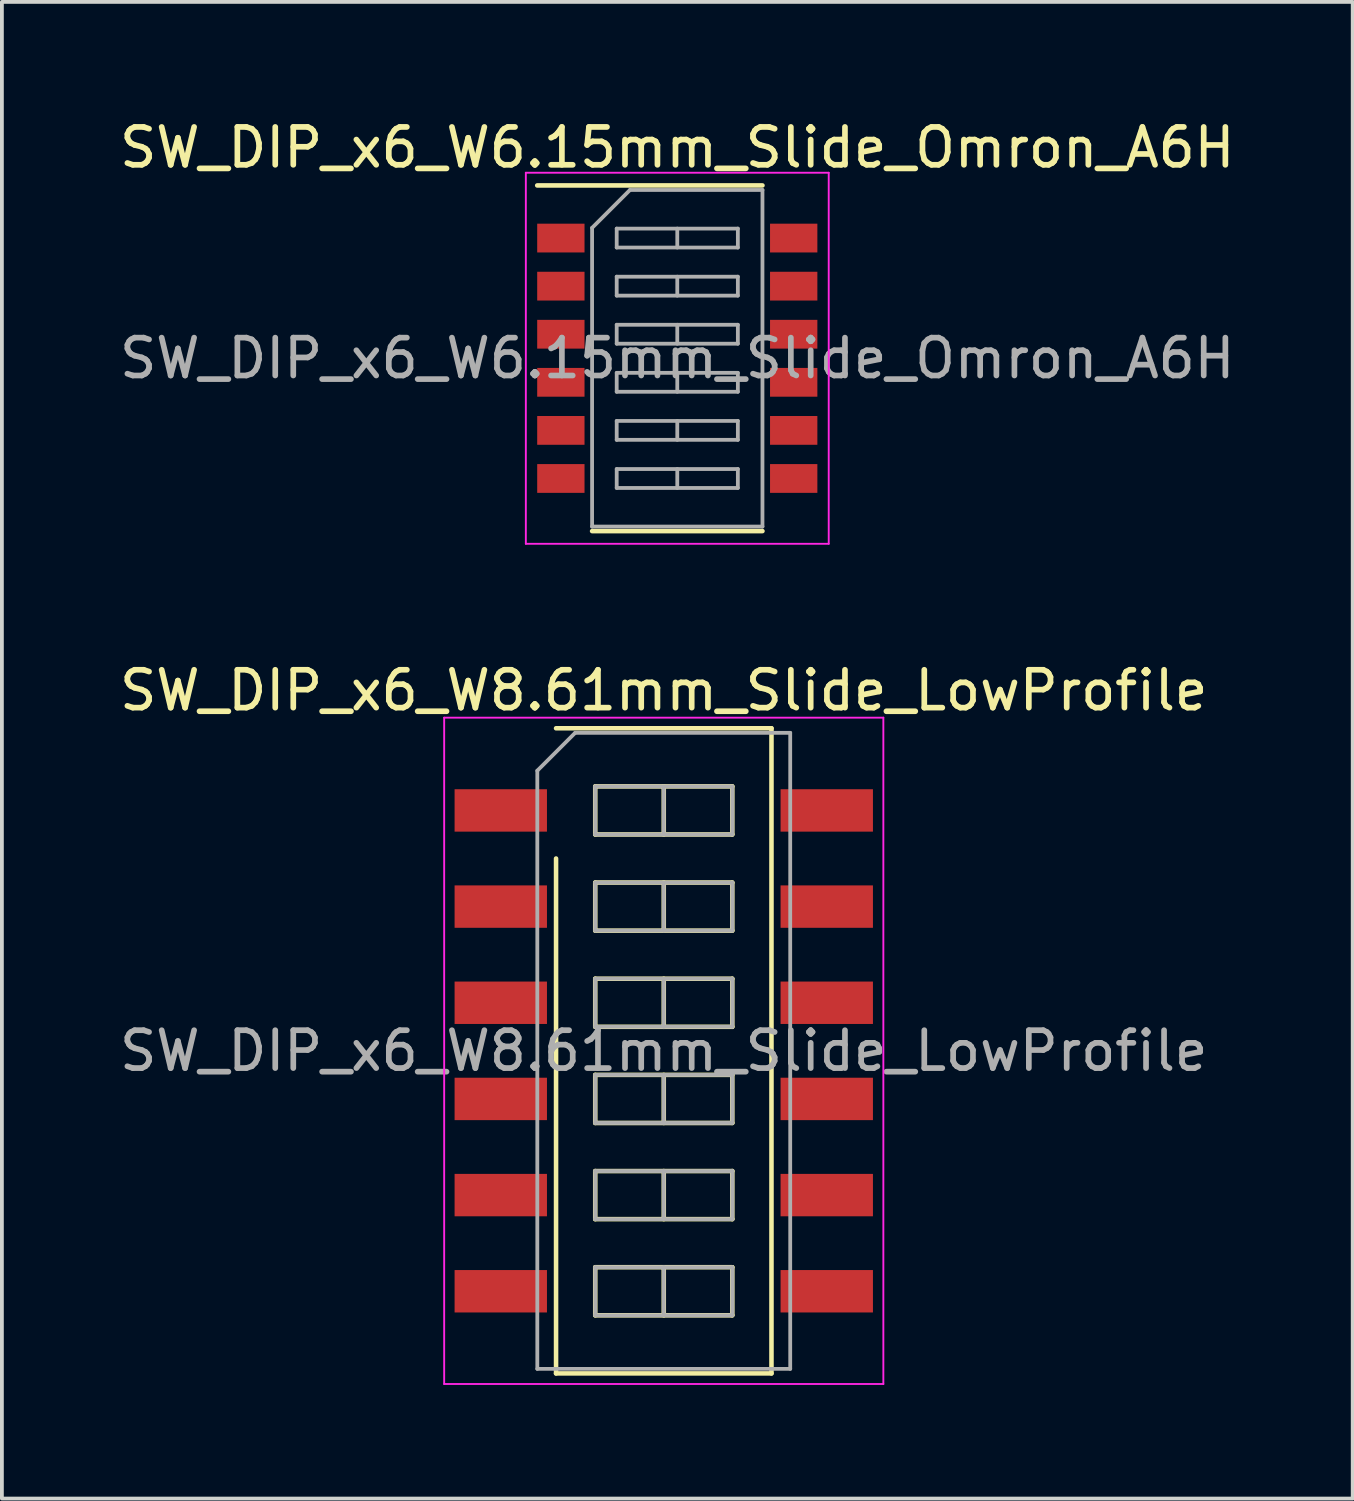
<source format=kicad_pcb>
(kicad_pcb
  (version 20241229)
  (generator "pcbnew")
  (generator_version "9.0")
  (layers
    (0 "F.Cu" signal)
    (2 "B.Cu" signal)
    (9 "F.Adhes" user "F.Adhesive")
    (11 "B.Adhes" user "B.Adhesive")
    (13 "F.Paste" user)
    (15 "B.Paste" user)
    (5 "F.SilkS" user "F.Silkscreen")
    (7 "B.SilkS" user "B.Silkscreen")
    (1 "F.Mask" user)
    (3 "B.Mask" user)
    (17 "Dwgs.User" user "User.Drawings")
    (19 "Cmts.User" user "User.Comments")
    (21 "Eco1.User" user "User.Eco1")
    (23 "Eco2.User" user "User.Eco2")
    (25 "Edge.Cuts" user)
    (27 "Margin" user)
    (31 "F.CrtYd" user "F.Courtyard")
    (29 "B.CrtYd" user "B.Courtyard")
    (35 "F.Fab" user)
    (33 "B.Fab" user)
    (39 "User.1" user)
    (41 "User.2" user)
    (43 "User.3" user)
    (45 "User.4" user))
  (footprint "SW_DIP_x6_W8.61mm_Slide_LowProfile"
    (layer "F.Cu")
    (at 14.482 24.706)
    (property "Reference" "SW_DIP_x6_W8.61mm_Slide_LowProfile" (at 0 -9.52 0) (layer "F.SilkS") (effects (font (size 1 1) (thickness 0.15))))
    (attr smd)
    (fp_line (start -2.845 -8.52) (end 2.845 -8.52) (stroke (width 0.12) (type solid)) (layer "F.SilkS"))
    (fp_line (start -2.845 8.52) (end -2.845 -5.08) (stroke (width 0.12) (type solid)) (layer "F.SilkS"))
    (fp_line (start -1.81 -6.985) (end -1.81 -5.715) (stroke (width 0.12) (type solid)) (layer "F.SilkS"))
    (fp_line (start -1.81 -5.715) (end 1.81 -5.715) (stroke (width 0.12) (type solid)) (layer "F.SilkS"))
    (fp_line (start -1.81 -4.445) (end -1.81 -3.175) (stroke (width 0.12) (type solid)) (layer "F.SilkS"))
    (fp_line (start -1.81 -3.175) (end 1.81 -3.175) (stroke (width 0.12) (type solid)) (layer "F.SilkS"))
    (fp_line (start -1.81 -1.905) (end -1.81 -0.635) (stroke (width 0.12) (type solid)) (layer "F.SilkS"))
    (fp_line (start -1.81 -0.635) (end 1.81 -0.635) (stroke (width 0.12) (type solid)) (layer "F.SilkS"))
    (fp_line (start -1.81 0.635) (end -1.81 1.905) (stroke (width 0.12) (type solid)) (layer "F.SilkS"))
    (fp_line (start -1.81 1.905) (end 1.81 1.905) (stroke (width 0.12) (type solid)) (layer "F.SilkS"))
    (fp_line (start -1.81 3.175) (end -1.81 4.445) (stroke (width 0.12) (type solid)) (layer "F.SilkS"))
    (fp_line (start -1.81 4.445) (end 1.81 4.445) (stroke (width 0.12) (type solid)) (layer "F.SilkS"))
    (fp_line (start -1.81 5.715) (end -1.81 6.985) (stroke (width 0.12) (type solid)) (layer "F.SilkS"))
    (fp_line (start -1.81 6.985) (end 1.81 6.985) (stroke (width 0.12) (type solid)) (layer "F.SilkS"))
    (fp_line (start 0 -6.985) (end 0 -5.715) (stroke (width 0.12) (type solid)) (layer "F.SilkS"))
    (fp_line (start 0 -4.445) (end 0 -3.175) (stroke (width 0.12) (type solid)) (layer "F.SilkS"))
    (fp_line (start 0 -1.905) (end 0 -0.635) (stroke (width 0.12) (type solid)) (layer "F.SilkS"))
    (fp_line (start 0 0.635) (end 0 1.905) (stroke (width 0.12) (type solid)) (layer "F.SilkS"))
    (fp_line (start 0 3.175) (end 0 4.445) (stroke (width 0.12) (type solid)) (layer "F.SilkS"))
    (fp_line (start 0 5.715) (end 0 6.985) (stroke (width 0.12) (type solid)) (layer "F.SilkS"))
    (fp_line (start 1.81 -6.985) (end -1.81 -6.985) (stroke (width 0.12) (type solid)) (layer "F.SilkS"))
    (fp_line (start 1.81 -5.715) (end 1.81 -6.985) (stroke (width 0.12) (type solid)) (layer "F.SilkS"))
    (fp_line (start 1.81 -4.445) (end -1.81 -4.445) (stroke (width 0.12) (type solid)) (layer "F.SilkS"))
    (fp_line (start 1.81 -3.175) (end 1.81 -4.445) (stroke (width 0.12) (type solid)) (layer "F.SilkS"))
    (fp_line (start 1.81 -1.905) (end -1.81 -1.905) (stroke (width 0.12) (type solid)) (layer "F.SilkS"))
    (fp_line (start 1.81 -0.635) (end 1.81 -1.905) (stroke (width 0.12) (type solid)) (layer "F.SilkS"))
    (fp_line (start 1.81 0.635) (end -1.81 0.635) (stroke (width 0.12) (type solid)) (layer "F.SilkS"))
    (fp_line (start 1.81 1.905) (end 1.81 0.635) (stroke (width 0.12) (type solid)) (layer "F.SilkS"))
    (fp_line (start 1.81 3.175) (end -1.81 3.175) (stroke (width 0.12) (type solid)) (layer "F.SilkS"))
    (fp_line (start 1.81 4.445) (end 1.81 3.175) (stroke (width 0.12) (type solid)) (layer "F.SilkS"))
    (fp_line (start 1.81 5.715) (end -1.81 5.715) (stroke (width 0.12) (type solid)) (layer "F.SilkS"))
    (fp_line (start 1.81 6.985) (end 1.81 5.715) (stroke (width 0.12) (type solid)) (layer "F.SilkS"))
    (fp_line (start 2.845 -8.52) (end 2.845 8.52) (stroke (width 0.12) (type solid)) (layer "F.SilkS"))
    (fp_line (start 2.845 8.52) (end -2.845 8.52) (stroke (width 0.12) (type solid)) (layer "F.SilkS"))
    (fp_line (start -5.8 -8.8) (end -5.8 8.8) (stroke (width 0.05) (type solid)) (layer "F.CrtYd"))
    (fp_line (start -5.8 8.8) (end 5.8 8.8) (stroke (width 0.05) (type solid)) (layer "F.CrtYd"))
    (fp_line (start 5.8 -8.8) (end -5.8 -8.8) (stroke (width 0.05) (type solid)) (layer "F.CrtYd"))
    (fp_line (start 5.8 8.8) (end 5.8 -8.8) (stroke (width 0.05) (type solid)) (layer "F.CrtYd"))
    (fp_line (start -3.34 -7.4) (end -2.34 -8.4) (stroke (width 0.1) (type solid)) (layer "F.Fab"))
    (fp_line (start -3.34 8.4) (end -3.34 -7.4) (stroke (width 0.1) (type solid)) (layer "F.Fab"))
    (fp_line (start -2.34 -8.4) (end 3.34 -8.4) (stroke (width 0.1) (type solid)) (layer "F.Fab"))
    (fp_line (start -1.81 -6.985) (end -1.81 -5.715) (stroke (width 0.1) (type solid)) (layer "F.Fab"))
    (fp_line (start -1.81 -5.715) (end 1.81 -5.715) (stroke (width 0.1) (type solid)) (layer "F.Fab"))
    (fp_line (start -1.81 -4.445) (end -1.81 -3.175) (stroke (width 0.1) (type solid)) (layer "F.Fab"))
    (fp_line (start -1.81 -3.175) (end 1.81 -3.175) (stroke (width 0.1) (type solid)) (layer "F.Fab"))
    (fp_line (start -1.81 -1.905) (end -1.81 -0.635) (stroke (width 0.1) (type solid)) (layer "F.Fab"))
    (fp_line (start -1.81 -0.635) (end 1.81 -0.635) (stroke (width 0.1) (type solid)) (layer "F.Fab"))
    (fp_line (start -1.81 0.635) (end -1.81 1.905) (stroke (width 0.1) (type solid)) (layer "F.Fab"))
    (fp_line (start -1.81 1.905) (end 1.81 1.905) (stroke (width 0.1) (type solid)) (layer "F.Fab"))
    (fp_line (start -1.81 3.175) (end -1.81 4.445) (stroke (width 0.1) (type solid)) (layer "F.Fab"))
    (fp_line (start -1.81 4.445) (end 1.81 4.445) (stroke (width 0.1) (type solid)) (layer "F.Fab"))
    (fp_line (start -1.81 5.715) (end -1.81 6.985) (stroke (width 0.1) (type solid)) (layer "F.Fab"))
    (fp_line (start -1.81 6.985) (end 1.81 6.985) (stroke (width 0.1) (type solid)) (layer "F.Fab"))
    (fp_line (start 0 -6.985) (end 0 -5.715) (stroke (width 0.1) (type solid)) (layer "F.Fab"))
    (fp_line (start 0 -4.445) (end 0 -3.175) (stroke (width 0.1) (type solid)) (layer "F.Fab"))
    (fp_line (start 0 -1.905) (end 0 -0.635) (stroke (width 0.1) (type solid)) (layer "F.Fab"))
    (fp_line (start 0 0.635) (end 0 1.905) (stroke (width 0.1) (type solid)) (layer "F.Fab"))
    (fp_line (start 0 3.175) (end 0 4.445) (stroke (width 0.1) (type solid)) (layer "F.Fab"))
    (fp_line (start 0 5.715) (end 0 6.985) (stroke (width 0.1) (type solid)) (layer "F.Fab"))
    (fp_line (start 1.81 -6.985) (end -1.81 -6.985) (stroke (width 0.1) (type solid)) (layer "F.Fab"))
    (fp_line (start 1.81 -5.715) (end 1.81 -6.985) (stroke (width 0.1) (type solid)) (layer "F.Fab"))
    (fp_line (start 1.81 -4.445) (end -1.81 -4.445) (stroke (width 0.1) (type solid)) (layer "F.Fab"))
    (fp_line (start 1.81 -3.175) (end 1.81 -4.445) (stroke (width 0.1) (type solid)) (layer "F.Fab"))
    (fp_line (start 1.81 -1.905) (end -1.81 -1.905) (stroke (width 0.1) (type solid)) (layer "F.Fab"))
    (fp_line (start 1.81 -0.635) (end 1.81 -1.905) (stroke (width 0.1) (type solid)) (layer "F.Fab"))
    (fp_line (start 1.81 0.635) (end -1.81 0.635) (stroke (width 0.1) (type solid)) (layer "F.Fab"))
    (fp_line (start 1.81 1.905) (end 1.81 0.635) (stroke (width 0.1) (type solid)) (layer "F.Fab"))
    (fp_line (start 1.81 3.175) (end -1.81 3.175) (stroke (width 0.1) (type solid)) (layer "F.Fab"))
    (fp_line (start 1.81 4.445) (end 1.81 3.175) (stroke (width 0.1) (type solid)) (layer "F.Fab"))
    (fp_line (start 1.81 5.715) (end -1.81 5.715) (stroke (width 0.1) (type solid)) (layer "F.Fab"))
    (fp_line (start 1.81 6.985) (end 1.81 5.715) (stroke (width 0.1) (type solid)) (layer "F.Fab"))
    (fp_line (start 3.34 -8.4) (end 3.34 8.4) (stroke (width 0.1) (type solid)) (layer "F.Fab"))
    (fp_line (start 3.34 8.4) (end -3.34 8.4) (stroke (width 0.1) (type solid)) (layer "F.Fab"))
    (fp_text user "${REFERENCE}" (at 0 0 0) (layer "F.Fab") (effects (font (size 1 1) (thickness 0.15))))
    (pad "1" smd rect (at -4.305 -6.35) (size 2.44 1.12) (layers "F.Cu" "F.Mask" "F.Paste"))
    (pad "2" smd rect (at -4.305 -3.81) (size 2.44 1.12) (layers "F.Cu" "F.Mask" "F.Paste"))
    (pad "3" smd rect (at -4.305 -1.27) (size 2.44 1.12) (layers "F.Cu" "F.Mask" "F.Paste"))
    (pad "4" smd rect (at -4.305 1.27) (size 2.44 1.12) (layers "F.Cu" "F.Mask" "F.Paste"))
    (pad "5" smd rect (at -4.305 3.81) (size 2.44 1.12) (layers "F.Cu" "F.Mask" "F.Paste"))
    (pad "6" smd rect (at -4.305 6.35) (size 2.44 1.12) (layers "F.Cu" "F.Mask" "F.Paste"))
    (pad "7" smd rect (at 4.305 6.35) (size 2.44 1.12) (layers "F.Cu" "F.Mask" "F.Paste"))
    (pad "8" smd rect (at 4.305 3.81) (size 2.44 1.12) (layers "F.Cu" "F.Mask" "F.Paste"))
    (pad "9" smd rect (at 4.305 1.27) (size 2.44 1.12) (layers "F.Cu" "F.Mask" "F.Paste"))
    (pad "10" smd rect (at 4.305 -1.27) (size 2.44 1.12) (layers "F.Cu" "F.Mask" "F.Paste"))
    (pad "11" smd rect (at 4.305 -3.81) (size 2.44 1.12) (layers "F.Cu" "F.Mask" "F.Paste"))
    (pad "12" smd rect (at 4.305 -6.35) (size 2.44 1.12) (layers "F.Cu" "F.Mask" "F.Paste")))
  (footprint "SW_DIP_x6_W6.15mm_Slide_Omron_A6H"
    (layer "F.Cu")
    (at 14.839 6.413)
    (property "Reference" "SW_DIP_x6_W6.15mm_Slide_Omron_A6H" (at 0 -5.565 0) (layer "F.SilkS") (effects (font (size 1 1) (thickness 0.15))))
    (attr smd)
    (fp_line (start -3.7 -4.565) (end 2.25 -4.565) (stroke (width 0.12) (type solid)) (layer "F.SilkS"))
    (fp_line (start -2.25 4.565) (end 2.25 4.565) (stroke (width 0.12) (type solid)) (layer "F.SilkS"))
    (fp_line (start -4 -4.9) (end -4 4.9) (stroke (width 0.05) (type solid)) (layer "F.CrtYd"))
    (fp_line (start -4 4.9) (end 4 4.9) (stroke (width 0.05) (type solid)) (layer "F.CrtYd"))
    (fp_line (start 4 -4.9) (end -4 -4.9) (stroke (width 0.05) (type solid)) (layer "F.CrtYd"))
    (fp_line (start 4 4.9) (end 4 -4.9) (stroke (width 0.05) (type solid)) (layer "F.CrtYd"))
    (fp_line (start -2.25 -3.445) (end -1.25 -4.445) (stroke (width 0.1) (type solid)) (layer "F.Fab"))
    (fp_line (start -2.25 4.445) (end -2.25 -3.445) (stroke (width 0.1) (type solid)) (layer "F.Fab"))
    (fp_line (start -1.6 -3.425) (end -1.6 -2.925) (stroke (width 0.1) (type solid)) (layer "F.Fab"))
    (fp_line (start -1.6 -2.925) (end 1.6 -2.925) (stroke (width 0.1) (type solid)) (layer "F.Fab"))
    (fp_line (start -1.6 -2.155) (end -1.6 -1.655) (stroke (width 0.1) (type solid)) (layer "F.Fab"))
    (fp_line (start -1.6 -1.655) (end 1.6 -1.655) (stroke (width 0.1) (type solid)) (layer "F.Fab"))
    (fp_line (start -1.6 -0.885) (end -1.6 -0.385) (stroke (width 0.1) (type solid)) (layer "F.Fab"))
    (fp_line (start -1.6 -0.385) (end 1.6 -0.385) (stroke (width 0.1) (type solid)) (layer "F.Fab"))
    (fp_line (start -1.6 0.385) (end -1.6 0.885) (stroke (width 0.1) (type solid)) (layer "F.Fab"))
    (fp_line (start -1.6 0.885) (end 1.6 0.885) (stroke (width 0.1) (type solid)) (layer "F.Fab"))
    (fp_line (start -1.6 1.655) (end -1.6 2.155) (stroke (width 0.1) (type solid)) (layer "F.Fab"))
    (fp_line (start -1.6 2.155) (end 1.6 2.155) (stroke (width 0.1) (type solid)) (layer "F.Fab"))
    (fp_line (start -1.6 2.925) (end -1.6 3.425) (stroke (width 0.1) (type solid)) (layer "F.Fab"))
    (fp_line (start -1.6 3.425) (end 1.6 3.425) (stroke (width 0.1) (type solid)) (layer "F.Fab"))
    (fp_line (start -1.25 -4.445) (end 2.25 -4.445) (stroke (width 0.1) (type solid)) (layer "F.Fab"))
    (fp_line (start 0 -3.425) (end 0 -2.925) (stroke (width 0.1) (type solid)) (layer "F.Fab"))
    (fp_line (start 0 -2.155) (end 0 -1.655) (stroke (width 0.1) (type solid)) (layer "F.Fab"))
    (fp_line (start 0 -0.885) (end 0 -0.385) (stroke (width 0.1) (type solid)) (layer "F.Fab"))
    (fp_line (start 0 0.385) (end 0 0.885) (stroke (width 0.1) (type solid)) (layer "F.Fab"))
    (fp_line (start 0 1.655) (end 0 2.155) (stroke (width 0.1) (type solid)) (layer "F.Fab"))
    (fp_line (start 0 2.925) (end 0 3.425) (stroke (width 0.1) (type solid)) (layer "F.Fab"))
    (fp_line (start 1.6 -3.425) (end -1.6 -3.425) (stroke (width 0.1) (type solid)) (layer "F.Fab"))
    (fp_line (start 1.6 -2.925) (end 1.6 -3.425) (stroke (width 0.1) (type solid)) (layer "F.Fab"))
    (fp_line (start 1.6 -2.155) (end -1.6 -2.155) (stroke (width 0.1) (type solid)) (layer "F.Fab"))
    (fp_line (start 1.6 -1.655) (end 1.6 -2.155) (stroke (width 0.1) (type solid)) (layer "F.Fab"))
    (fp_line (start 1.6 -0.885) (end -1.6 -0.885) (stroke (width 0.1) (type solid)) (layer "F.Fab"))
    (fp_line (start 1.6 -0.385) (end 1.6 -0.885) (stroke (width 0.1) (type solid)) (layer "F.Fab"))
    (fp_line (start 1.6 0.385) (end -1.6 0.385) (stroke (width 0.1) (type solid)) (layer "F.Fab"))
    (fp_line (start 1.6 0.885) (end 1.6 0.385) (stroke (width 0.1) (type solid)) (layer "F.Fab"))
    (fp_line (start 1.6 1.655) (end -1.6 1.655) (stroke (width 0.1) (type solid)) (layer "F.Fab"))
    (fp_line (start 1.6 2.155) (end 1.6 1.655) (stroke (width 0.1) (type solid)) (layer "F.Fab"))
    (fp_line (start 1.6 2.925) (end -1.6 2.925) (stroke (width 0.1) (type solid)) (layer "F.Fab"))
    (fp_line (start 1.6 3.425) (end 1.6 2.925) (stroke (width 0.1) (type solid)) (layer "F.Fab"))
    (fp_line (start 2.25 -4.445) (end 2.25 4.445) (stroke (width 0.1) (type solid)) (layer "F.Fab"))
    (fp_line (start 2.25 4.445) (end -2.25 4.445) (stroke (width 0.1) (type solid)) (layer "F.Fab"))
    (fp_text user "${REFERENCE}" (at 0 0 0) (layer "F.Fab") (effects (font (size 1 1) (thickness 0.15))))
    (pad "1" smd rect (at -3.075 -3.175) (size 1.25 0.76) (layers "F.Cu" "F.Mask" "F.Paste"))
    (pad "2" smd rect (at -3.075 -1.905) (size 1.25 0.76) (layers "F.Cu" "F.Mask" "F.Paste"))
    (pad "3" smd rect (at -3.075 -0.635) (size 1.25 0.76) (layers "F.Cu" "F.Mask" "F.Paste"))
    (pad "4" smd rect (at -3.075 0.635) (size 1.25 0.76) (layers "F.Cu" "F.Mask" "F.Paste"))
    (pad "5" smd rect (at -3.075 1.905) (size 1.25 0.76) (layers "F.Cu" "F.Mask" "F.Paste"))
    (pad "6" smd rect (at -3.075 3.175) (size 1.25 0.76) (layers "F.Cu" "F.Mask" "F.Paste"))
    (pad "7" smd rect (at 3.075 3.175) (size 1.25 0.76) (layers "F.Cu" "F.Mask" "F.Paste"))
    (pad "8" smd rect (at 3.075 1.905) (size 1.25 0.76) (layers "F.Cu" "F.Mask" "F.Paste"))
    (pad "9" smd rect (at 3.075 0.635) (size 1.25 0.76) (layers "F.Cu" "F.Mask" "F.Paste"))
    (pad "10" smd rect (at 3.075 -0.635) (size 1.25 0.76) (layers "F.Cu" "F.Mask" "F.Paste"))
    (pad "11" smd rect (at 3.075 -1.905) (size 1.25 0.76) (layers "F.Cu" "F.Mask" "F.Paste"))
    (pad "12" smd rect (at 3.075 -3.175) (size 1.25 0.76) (layers "F.Cu" "F.Mask" "F.Paste")))
  (gr_rect
    (start -3 -3)
    (end 32.679 36.532)
    (stroke (width 0.1) (type default))
    (fill no)
    (layer "Edge.Cuts")))
</source>
